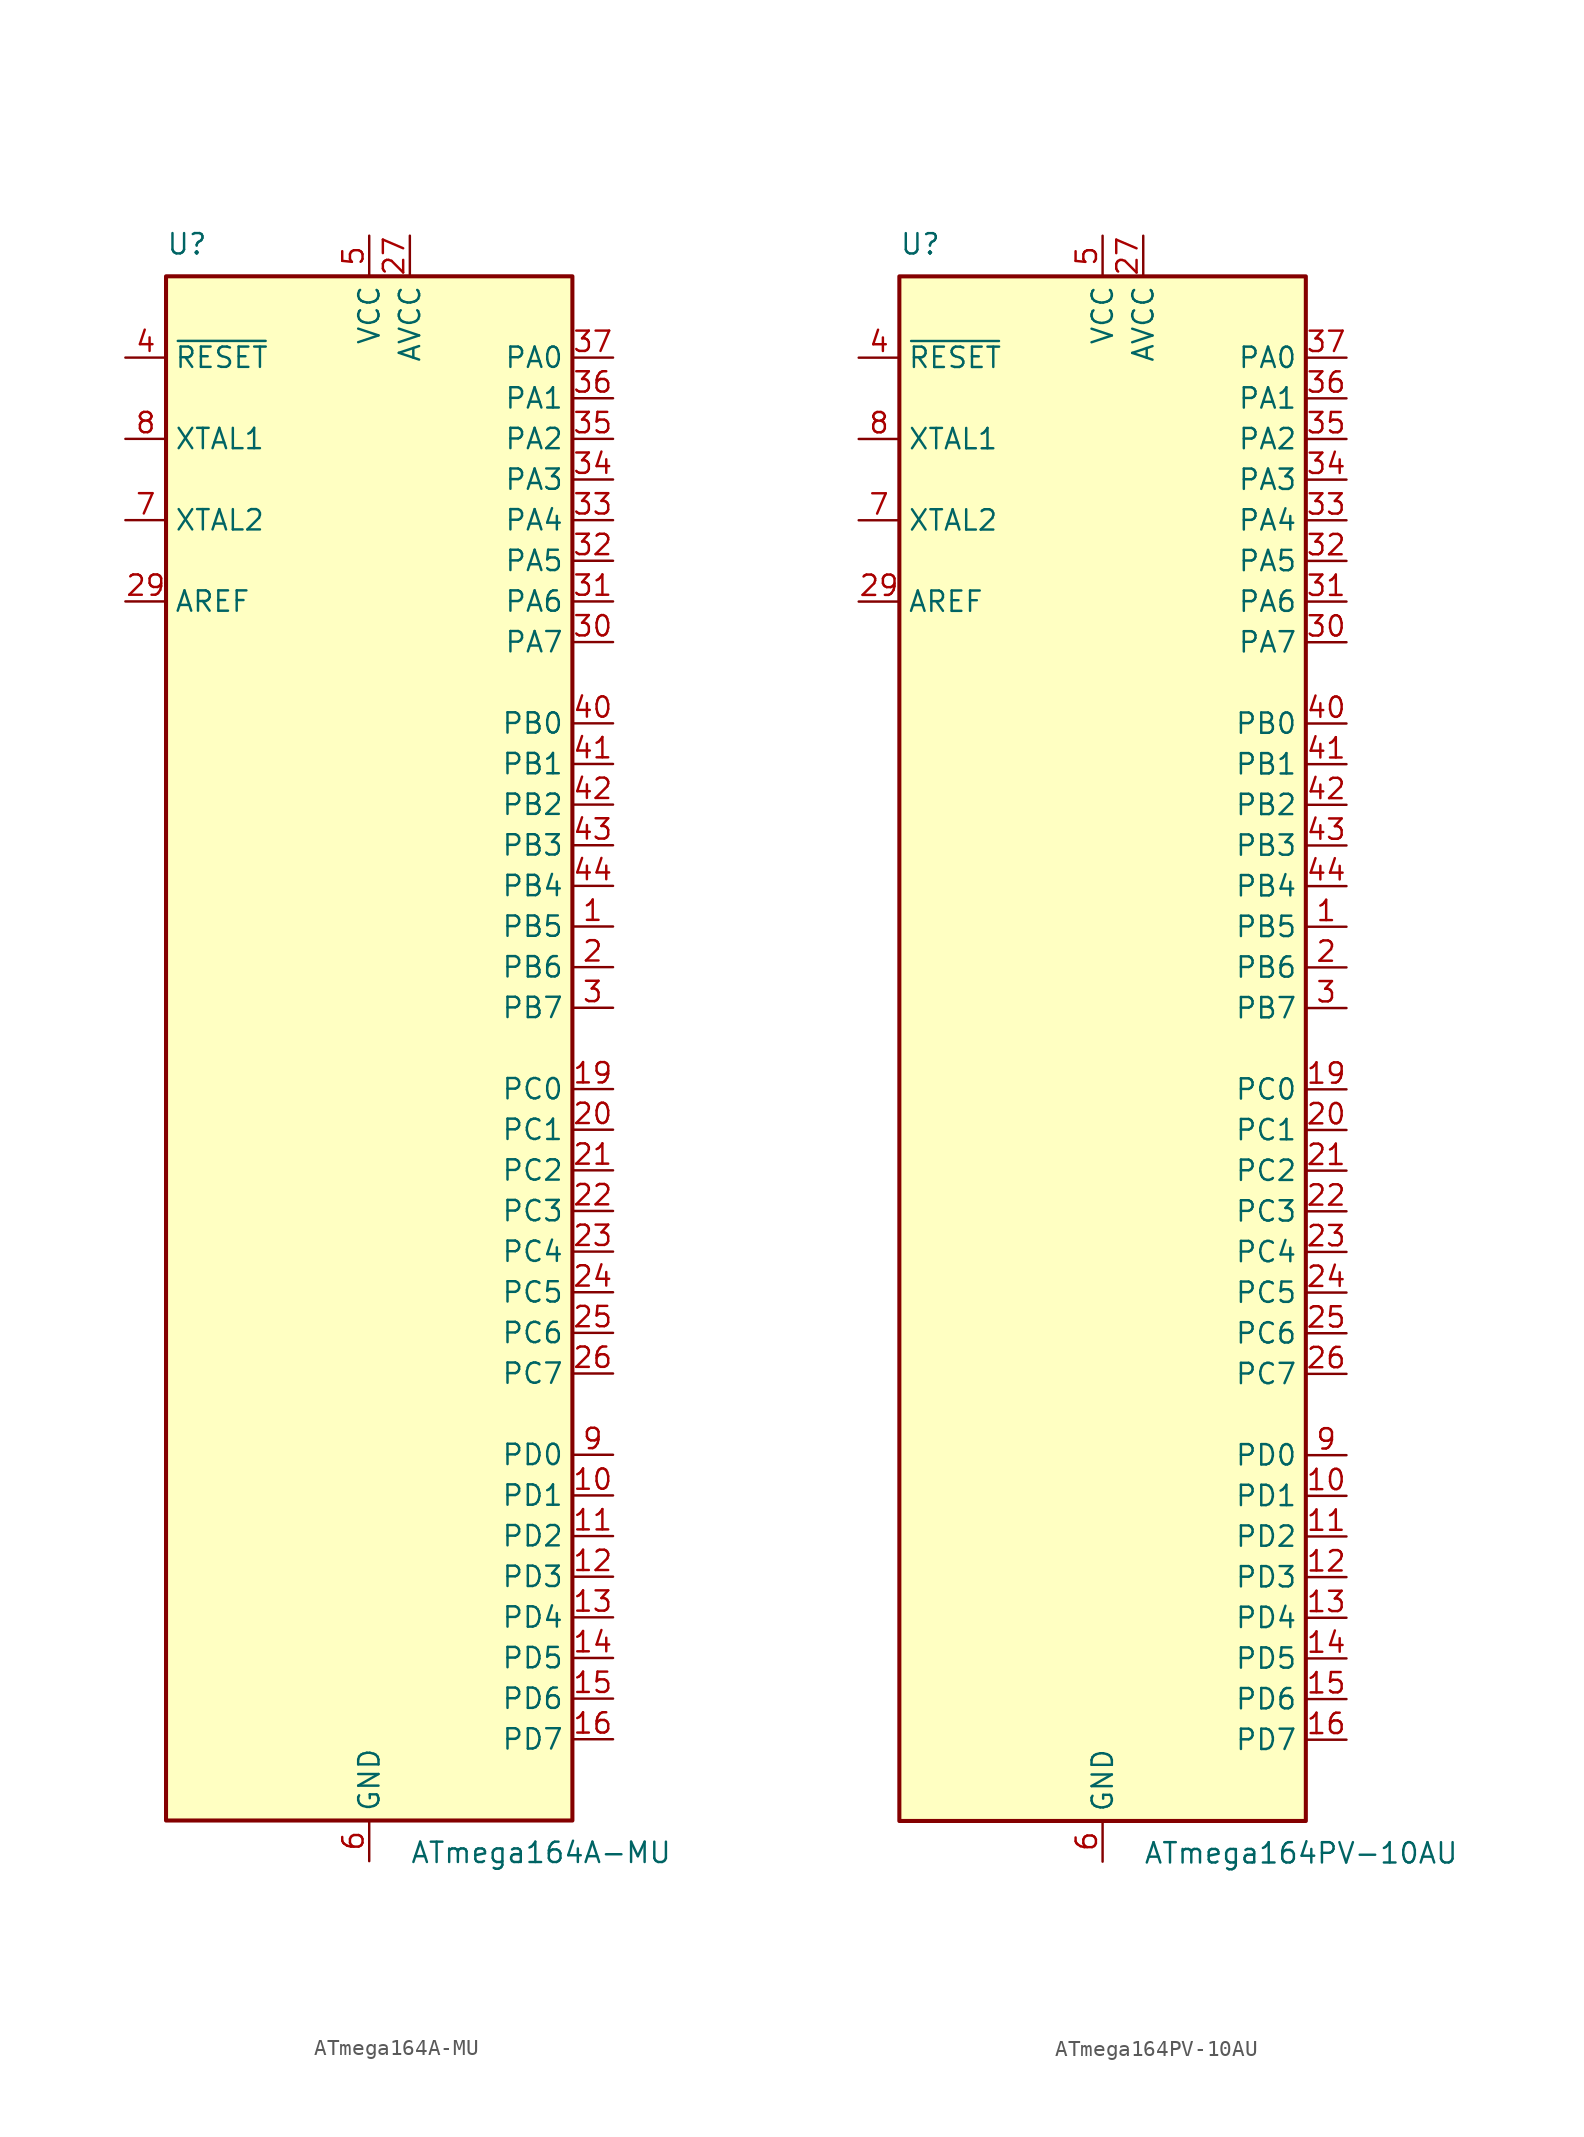
<source format=kicad_sym>
(kicad_symbol_lib
  (version 20211014)
  (generator kicad_symbol_editor)
  (symbol "ATmega164A-MU"
    (property "Reference" "U"
      (at -12.7 49.53 0)
      (effects (font (size 1.27 1.27)) (justify left bottom)))
    (property "Value" "ATmega164A-MU"
      (at 2.54 -49.53 0)
      (effects (font (size 1.27 1.27)) (justify left top)))
    (symbol "ATmega164A-MU_0_1"
      (rectangle (start -12.7 -48.26) (end 12.7 48.26) (stroke (width 0.254) (type default) (color 0 0 0 0)) (fill (type background))))
    (symbol "ATmega164A-MU_1_1"
      (pin bidirectional line (at 15.24 7.62 180) (length 2.54) (name "PB5" (effects (font (size 1.27 1.27)))) (number "1" (effects (font (size 1.27 1.27)))))
      (pin bidirectional line (at 15.24 -27.94 180) (length 2.54) (name "PD1" (effects (font (size 1.27 1.27)))) (number "10" (effects (font (size 1.27 1.27)))))
      (pin bidirectional line (at 15.24 -30.48 180) (length 2.54) (name "PD2" (effects (font (size 1.27 1.27)))) (number "11" (effects (font (size 1.27 1.27)))))
      (pin bidirectional line (at 15.24 -33.02 180) (length 2.54) (name "PD3" (effects (font (size 1.27 1.27)))) (number "12" (effects (font (size 1.27 1.27)))))
      (pin bidirectional line (at 15.24 -35.56 180) (length 2.54) (name "PD4" (effects (font (size 1.27 1.27)))) (number "13" (effects (font (size 1.27 1.27)))))
      (pin bidirectional line (at 15.24 -38.1 180) (length 2.54) (name "PD5" (effects (font (size 1.27 1.27)))) (number "14" (effects (font (size 1.27 1.27)))))
      (pin bidirectional line (at 15.24 -40.64 180) (length 2.54) (name "PD6" (effects (font (size 1.27 1.27)))) (number "15" (effects (font (size 1.27 1.27)))))
      (pin bidirectional line (at 15.24 -43.18 180) (length 2.54) (name "PD7" (effects (font (size 1.27 1.27)))) (number "16" (effects (font (size 1.27 1.27)))))
      (pin passive line (at 0 50.8 270) (length 2.54) hide (name "VCC" (effects (font (size 1.27 1.27)))) (number "17" (effects (font (size 1.27 1.27)))))
      (pin passive line (at 0 -50.8 90) (length 2.54) hide (name "GND" (effects (font (size 1.27 1.27)))) (number "18" (effects (font (size 1.27 1.27)))))
      (pin bidirectional line (at 15.24 -2.54 180) (length 2.54) (name "PC0" (effects (font (size 1.27 1.27)))) (number "19" (effects (font (size 1.27 1.27)))))
      (pin bidirectional line (at 15.24 5.08 180) (length 2.54) (name "PB6" (effects (font (size 1.27 1.27)))) (number "2" (effects (font (size 1.27 1.27)))))
      (pin bidirectional line (at 15.24 -5.08 180) (length 2.54) (name "PC1" (effects (font (size 1.27 1.27)))) (number "20" (effects (font (size 1.27 1.27)))))
      (pin bidirectional line (at 15.24 -7.62 180) (length 2.54) (name "PC2" (effects (font (size 1.27 1.27)))) (number "21" (effects (font (size 1.27 1.27)))))
      (pin bidirectional line (at 15.24 -10.16 180) (length 2.54) (name "PC3" (effects (font (size 1.27 1.27)))) (number "22" (effects (font (size 1.27 1.27)))))
      (pin bidirectional line (at 15.24 -12.7 180) (length 2.54) (name "PC4" (effects (font (size 1.27 1.27)))) (number "23" (effects (font (size 1.27 1.27)))))
      (pin bidirectional line (at 15.24 -15.24 180) (length 2.54) (name "PC5" (effects (font (size 1.27 1.27)))) (number "24" (effects (font (size 1.27 1.27)))))
      (pin bidirectional line (at 15.24 -17.78 180) (length 2.54) (name "PC6" (effects (font (size 1.27 1.27)))) (number "25" (effects (font (size 1.27 1.27)))))
      (pin bidirectional line (at 15.24 -20.32 180) (length 2.54) (name "PC7" (effects (font (size 1.27 1.27)))) (number "26" (effects (font (size 1.27 1.27)))))
      (pin power_in line (at 2.54 50.8 270) (length 2.54) (name "AVCC" (effects (font (size 1.27 1.27)))) (number "27" (effects (font (size 1.27 1.27)))))
      (pin passive line (at 0 -50.8 90) (length 2.54) hide (name "GND" (effects (font (size 1.27 1.27)))) (number "28" (effects (font (size 1.27 1.27)))))
      (pin passive line (at -15.24 27.94 0) (length 2.54) (name "AREF" (effects (font (size 1.27 1.27)))) (number "29" (effects (font (size 1.27 1.27)))))
      (pin bidirectional line (at 15.24 2.54 180) (length 2.54) (name "PB7" (effects (font (size 1.27 1.27)))) (number "3" (effects (font (size 1.27 1.27)))))
      (pin bidirectional line (at 15.24 25.4 180) (length 2.54) (name "PA7" (effects (font (size 1.27 1.27)))) (number "30" (effects (font (size 1.27 1.27)))))
      (pin bidirectional line (at 15.24 27.94 180) (length 2.54) (name "PA6" (effects (font (size 1.27 1.27)))) (number "31" (effects (font (size 1.27 1.27)))))
      (pin bidirectional line (at 15.24 30.48 180) (length 2.54) (name "PA5" (effects (font (size 1.27 1.27)))) (number "32" (effects (font (size 1.27 1.27)))))
      (pin bidirectional line (at 15.24 33.02 180) (length 2.54) (name "PA4" (effects (font (size 1.27 1.27)))) (number "33" (effects (font (size 1.27 1.27)))))
      (pin bidirectional line (at 15.24 35.56 180) (length 2.54) (name "PA3" (effects (font (size 1.27 1.27)))) (number "34" (effects (font (size 1.27 1.27)))))
      (pin bidirectional line (at 15.24 38.1 180) (length 2.54) (name "PA2" (effects (font (size 1.27 1.27)))) (number "35" (effects (font (size 1.27 1.27)))))
      (pin bidirectional line (at 15.24 40.64 180) (length 2.54) (name "PA1" (effects (font (size 1.27 1.27)))) (number "36" (effects (font (size 1.27 1.27)))))
      (pin bidirectional line (at 15.24 43.18 180) (length 2.54) (name "PA0" (effects (font (size 1.27 1.27)))) (number "37" (effects (font (size 1.27 1.27)))))
      (pin passive line (at 0 50.8 270) (length 2.54) hide (name "VCC" (effects (font (size 1.27 1.27)))) (number "38" (effects (font (size 1.27 1.27)))))
      (pin passive line (at 0 -50.8 90) (length 2.54) hide (name "GND" (effects (font (size 1.27 1.27)))) (number "39" (effects (font (size 1.27 1.27)))))
      (pin input line (at -15.24 43.18 0) (length 2.54) (name "~{RESET}" (effects (font (size 1.27 1.27)))) (number "4" (effects (font (size 1.27 1.27)))))
      (pin bidirectional line (at 15.24 20.32 180) (length 2.54) (name "PB0" (effects (font (size 1.27 1.27)))) (number "40" (effects (font (size 1.27 1.27)))))
      (pin bidirectional line (at 15.24 17.78 180) (length 2.54) (name "PB1" (effects (font (size 1.27 1.27)))) (number "41" (effects (font (size 1.27 1.27)))))
      (pin bidirectional line (at 15.24 15.24 180) (length 2.54) (name "PB2" (effects (font (size 1.27 1.27)))) (number "42" (effects (font (size 1.27 1.27)))))
      (pin bidirectional line (at 15.24 12.7 180) (length 2.54) (name "PB3" (effects (font (size 1.27 1.27)))) (number "43" (effects (font (size 1.27 1.27)))))
      (pin bidirectional line (at 15.24 10.16 180) (length 2.54) (name "PB4" (effects (font (size 1.27 1.27)))) (number "44" (effects (font (size 1.27 1.27)))))
      (pin passive line (at 0 -50.8 90) (length 2.54) hide (name "GND" (effects (font (size 1.27 1.27)))) (number "45" (effects (font (size 1.27 1.27)))))
      (pin power_in line (at 0 50.8 270) (length 2.54) (name "VCC" (effects (font (size 1.27 1.27)))) (number "5" (effects (font (size 1.27 1.27)))))
      (pin power_in line (at 0 -50.8 90) (length 2.54) (name "GND" (effects (font (size 1.27 1.27)))) (number "6" (effects (font (size 1.27 1.27)))))
      (pin output line (at -15.24 33.02 0) (length 2.54) (name "XTAL2" (effects (font (size 1.27 1.27)))) (number "7" (effects (font (size 1.27 1.27)))))
      (pin input line (at -15.24 38.1 0) (length 2.54) (name "XTAL1" (effects (font (size 1.27 1.27)))) (number "8" (effects (font (size 1.27 1.27)))))
      (pin bidirectional line (at 15.24 -25.4 180) (length 2.54) (name "PD0" (effects (font (size 1.27 1.27)))) (number "9" (effects (font (size 1.27 1.27)))))))
  (symbol "ATmega164PV-10AU"
    (property "Reference" "U"
      (at -12.7 49.53 0)
      (effects (font (size 1.27 1.27)) (justify left bottom)))
    (property "Value" "ATmega164PV-10AU"
      (at 2.54 -49.53 0)
      (effects (font (size 1.27 1.27)) (justify left top)))
    (symbol "ATmega164PV-10AU_0_1"
      (rectangle (start -12.7 -48.26) (end 12.7 48.26) (stroke (width 0.254) (type default) (color 0 0 0 0)) (fill (type background))))
    (symbol "ATmega164PV-10AU_1_1"
      (pin bidirectional line (at 15.24 7.62 180) (length 2.54) (name "PB5" (effects (font (size 1.27 1.27)))) (number "1" (effects (font (size 1.27 1.27)))))
      (pin bidirectional line (at 15.24 -27.94 180) (length 2.54) (name "PD1" (effects (font (size 1.27 1.27)))) (number "10" (effects (font (size 1.27 1.27)))))
      (pin bidirectional line (at 15.24 -30.48 180) (length 2.54) (name "PD2" (effects (font (size 1.27 1.27)))) (number "11" (effects (font (size 1.27 1.27)))))
      (pin bidirectional line (at 15.24 -33.02 180) (length 2.54) (name "PD3" (effects (font (size 1.27 1.27)))) (number "12" (effects (font (size 1.27 1.27)))))
      (pin bidirectional line (at 15.24 -35.56 180) (length 2.54) (name "PD4" (effects (font (size 1.27 1.27)))) (number "13" (effects (font (size 1.27 1.27)))))
      (pin bidirectional line (at 15.24 -38.1 180) (length 2.54) (name "PD5" (effects (font (size 1.27 1.27)))) (number "14" (effects (font (size 1.27 1.27)))))
      (pin bidirectional line (at 15.24 -40.64 180) (length 2.54) (name "PD6" (effects (font (size 1.27 1.27)))) (number "15" (effects (font (size 1.27 1.27)))))
      (pin bidirectional line (at 15.24 -43.18 180) (length 2.54) (name "PD7" (effects (font (size 1.27 1.27)))) (number "16" (effects (font (size 1.27 1.27)))))
      (pin passive line (at 0 50.8 270) (length 2.54) hide (name "VCC" (effects (font (size 1.27 1.27)))) (number "17" (effects (font (size 1.27 1.27)))))
      (pin passive line (at 0 -50.8 90) (length 2.54) hide (name "GND" (effects (font (size 1.27 1.27)))) (number "18" (effects (font (size 1.27 1.27)))))
      (pin bidirectional line (at 15.24 -2.54 180) (length 2.54) (name "PC0" (effects (font (size 1.27 1.27)))) (number "19" (effects (font (size 1.27 1.27)))))
      (pin bidirectional line (at 15.24 5.08 180) (length 2.54) (name "PB6" (effects (font (size 1.27 1.27)))) (number "2" (effects (font (size 1.27 1.27)))))
      (pin bidirectional line (at 15.24 -5.08 180) (length 2.54) (name "PC1" (effects (font (size 1.27 1.27)))) (number "20" (effects (font (size 1.27 1.27)))))
      (pin bidirectional line (at 15.24 -7.62 180) (length 2.54) (name "PC2" (effects (font (size 1.27 1.27)))) (number "21" (effects (font (size 1.27 1.27)))))
      (pin bidirectional line (at 15.24 -10.16 180) (length 2.54) (name "PC3" (effects (font (size 1.27 1.27)))) (number "22" (effects (font (size 1.27 1.27)))))
      (pin bidirectional line (at 15.24 -12.7 180) (length 2.54) (name "PC4" (effects (font (size 1.27 1.27)))) (number "23" (effects (font (size 1.27 1.27)))))
      (pin bidirectional line (at 15.24 -15.24 180) (length 2.54) (name "PC5" (effects (font (size 1.27 1.27)))) (number "24" (effects (font (size 1.27 1.27)))))
      (pin bidirectional line (at 15.24 -17.78 180) (length 2.54) (name "PC6" (effects (font (size 1.27 1.27)))) (number "25" (effects (font (size 1.27 1.27)))))
      (pin bidirectional line (at 15.24 -20.32 180) (length 2.54) (name "PC7" (effects (font (size 1.27 1.27)))) (number "26" (effects (font (size 1.27 1.27)))))
      (pin power_in line (at 2.54 50.8 270) (length 2.54) (name "AVCC" (effects (font (size 1.27 1.27)))) (number "27" (effects (font (size 1.27 1.27)))))
      (pin passive line (at 0 -50.8 90) (length 2.54) hide (name "GND" (effects (font (size 1.27 1.27)))) (number "28" (effects (font (size 1.27 1.27)))))
      (pin passive line (at -15.24 27.94 0) (length 2.54) (name "AREF" (effects (font (size 1.27 1.27)))) (number "29" (effects (font (size 1.27 1.27)))))
      (pin bidirectional line (at 15.24 2.54 180) (length 2.54) (name "PB7" (effects (font (size 1.27 1.27)))) (number "3" (effects (font (size 1.27 1.27)))))
      (pin bidirectional line (at 15.24 25.4 180) (length 2.54) (name "PA7" (effects (font (size 1.27 1.27)))) (number "30" (effects (font (size 1.27 1.27)))))
      (pin bidirectional line (at 15.24 27.94 180) (length 2.54) (name "PA6" (effects (font (size 1.27 1.27)))) (number "31" (effects (font (size 1.27 1.27)))))
      (pin bidirectional line (at 15.24 30.48 180) (length 2.54) (name "PA5" (effects (font (size 1.27 1.27)))) (number "32" (effects (font (size 1.27 1.27)))))
      (pin bidirectional line (at 15.24 33.02 180) (length 2.54) (name "PA4" (effects (font (size 1.27 1.27)))) (number "33" (effects (font (size 1.27 1.27)))))
      (pin bidirectional line (at 15.24 35.56 180) (length 2.54) (name "PA3" (effects (font (size 1.27 1.27)))) (number "34" (effects (font (size 1.27 1.27)))))
      (pin bidirectional line (at 15.24 38.1 180) (length 2.54) (name "PA2" (effects (font (size 1.27 1.27)))) (number "35" (effects (font (size 1.27 1.27)))))
      (pin bidirectional line (at 15.24 40.64 180) (length 2.54) (name "PA1" (effects (font (size 1.27 1.27)))) (number "36" (effects (font (size 1.27 1.27)))))
      (pin bidirectional line (at 15.24 43.18 180) (length 2.54) (name "PA0" (effects (font (size 1.27 1.27)))) (number "37" (effects (font (size 1.27 1.27)))))
      (pin passive line (at 0 50.8 270) (length 2.54) hide (name "VCC" (effects (font (size 1.27 1.27)))) (number "38" (effects (font (size 1.27 1.27)))))
      (pin passive line (at 0 -50.8 90) (length 2.54) hide (name "GND" (effects (font (size 1.27 1.27)))) (number "39" (effects (font (size 1.27 1.27)))))
      (pin input line (at -15.24 43.18 0) (length 2.54) (name "~{RESET}" (effects (font (size 1.27 1.27)))) (number "4" (effects (font (size 1.27 1.27)))))
      (pin bidirectional line (at 15.24 20.32 180) (length 2.54) (name "PB0" (effects (font (size 1.27 1.27)))) (number "40" (effects (font (size 1.27 1.27)))))
      (pin bidirectional line (at 15.24 17.78 180) (length 2.54) (name "PB1" (effects (font (size 1.27 1.27)))) (number "41" (effects (font (size 1.27 1.27)))))
      (pin bidirectional line (at 15.24 15.24 180) (length 2.54) (name "PB2" (effects (font (size 1.27 1.27)))) (number "42" (effects (font (size 1.27 1.27)))))
      (pin bidirectional line (at 15.24 12.7 180) (length 2.54) (name "PB3" (effects (font (size 1.27 1.27)))) (number "43" (effects (font (size 1.27 1.27)))))
      (pin bidirectional line (at 15.24 10.16 180) (length 2.54) (name "PB4" (effects (font (size 1.27 1.27)))) (number "44" (effects (font (size 1.27 1.27)))))
      (pin power_in line (at 0 50.8 270) (length 2.54) (name "VCC" (effects (font (size 1.27 1.27)))) (number "5" (effects (font (size 1.27 1.27)))))
      (pin power_in line (at 0 -50.8 90) (length 2.54) (name "GND" (effects (font (size 1.27 1.27)))) (number "6" (effects (font (size 1.27 1.27)))))
      (pin output line (at -15.24 33.02 0) (length 2.54) (name "XTAL2" (effects (font (size 1.27 1.27)))) (number "7" (effects (font (size 1.27 1.27)))))
      (pin input line (at -15.24 38.1 0) (length 2.54) (name "XTAL1" (effects (font (size 1.27 1.27)))) (number "8" (effects (font (size 1.27 1.27)))))
      (pin bidirectional line (at 15.24 -25.4 180) (length 2.54) (name "PD0" (effects (font (size 1.27 1.27)))) (number "9" (effects (font (size 1.27 1.27))))))))
</source>
